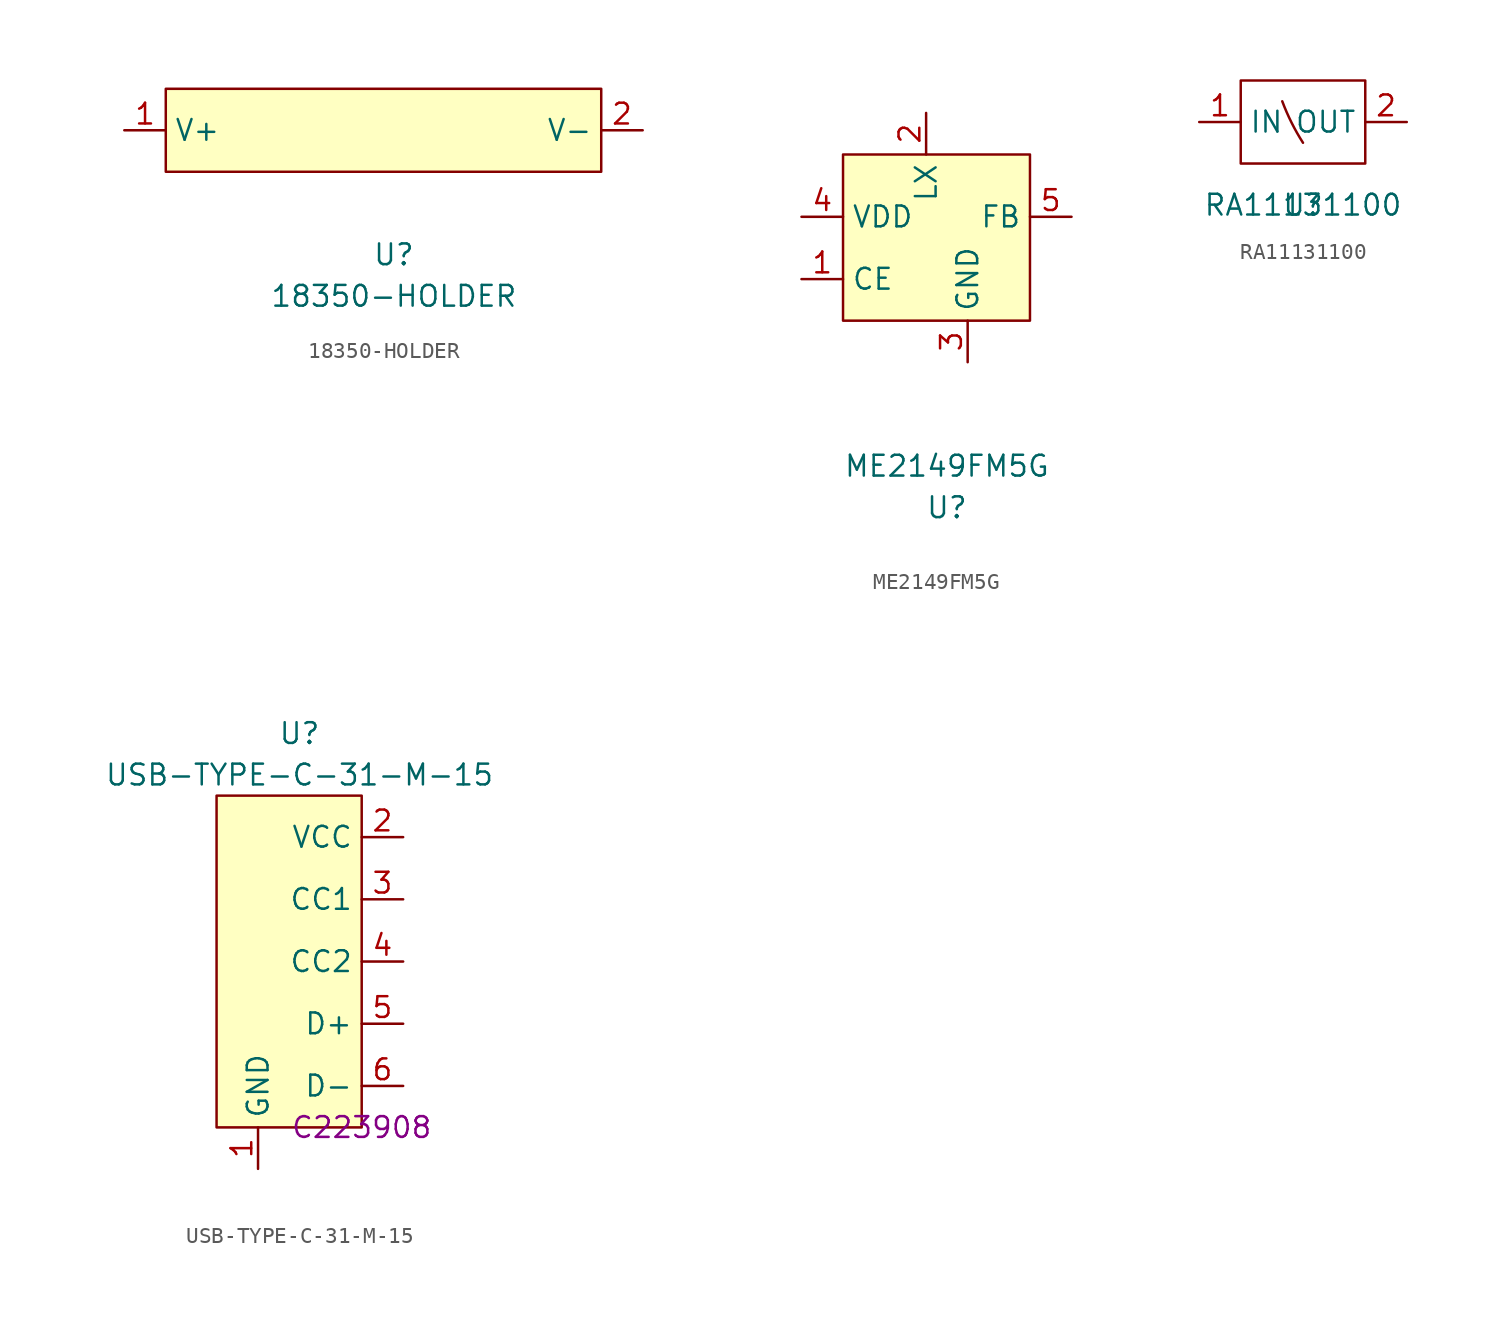
<source format=kicad_sym>
(kicad_symbol_lib
  (version 20211014)
  (generator kicad_symbol_editor)
  (symbol "18350-HOLDER"
    (property "Reference" "U"
      (at 0 -7.62 0)
      (effects (font (size 1.27 1.27))))
    (property "Value" "18350-HOLDER"
      (at 0 -10.16 0)
      (effects (font (size 1.27 1.27))))
    (symbol "18350-HOLDER_0_1"
      (rectangle (start -13.97 2.54) (end 12.7 -2.54) (stroke (width 0.152) (type default) (color 0 0 0 0)) (fill (type background))))
    (symbol "18350-HOLDER_1_1"
      (pin bidirectional line (at -16.51 0 0) (length 2.54) (name "V+" (effects (font (size 1.27 1.27)))) (number "1" (effects (font (size 1.27 1.27)))))
      (pin bidirectional line (at 15.24 0 180) (length 2.54) (name "V-" (effects (font (size 1.27 1.27)))) (number "2" (effects (font (size 1.27 1.27)))))))
  (symbol "ME2149FM5G"
    (property "Reference" "U"
      (at -1.27 -17.78 0)
      (effects (font (size 1.27 1.27))))
    (property "Value" "ME2149FM5G"
      (at -1.27 -15.24 0)
      (effects (font (size 1.27 1.27))))
    (symbol "ME2149FM5G_0_1"
      (rectangle (start -7.62 3.81) (end 3.81 -6.35) (stroke (width 0.152) (type default) (color 0 0 0 0)) (fill (type background))))
    (symbol "ME2149FM5G_1_1"
      (pin bidirectional line (at -10.16 -3.81 0) (length 2.54) (name "CE" (effects (font (size 1.27 1.27)))) (number "1" (effects (font (size 1.27 1.27)))))
      (pin bidirectional line (at -2.54 6.35 270) (length 2.54) (name "LX" (effects (font (size 1.27 1.27)))) (number "2" (effects (font (size 1.27 1.27)))))
      (pin input line (at 0 -8.89 90) (length 2.54) (name "GND" (effects (font (size 1.27 1.27)))) (number "3" (effects (font (size 1.27 1.27)))))
      (pin input line (at -10.16 0 0) (length 2.54) (name "VDD" (effects (font (size 1.27 1.27)))) (number "4" (effects (font (size 1.27 1.27)))))
      (pin bidirectional line (at 6.35 0 180) (length 2.54) (name "FB" (effects (font (size 1.27 1.27)))) (number "5" (effects (font (size 1.27 1.27)))))))
  (symbol "RA11131100"
    (property "Reference" "U"
      (at 0 0 0)
      (effects (font (size 1.27 1.27))))
    (property "Value" "RA11131100"
      (at 0 0 0)
      (effects (font (size 1.27 1.27))))
    (symbol "RA11131100_0_1"
      (rectangle (start -3.81 7.62) (end 3.81 2.54) (stroke (width 0.152) (type default) (color 0 0 0 0)) (fill (type none)))
      (arc (start -1.27 6.35) (mid -0.7022 5.0464) (end 0 3.81) (stroke (width 0.1524) (type default) (color 0 0 0 0)) (fill (type none))))
    (symbol "RA11131100_1_1"
      (pin power_in line (at -6.35 5.08 0) (length 2.54) (name "IN" (effects (font (size 1.27 1.27)))) (number "1" (effects (font (size 1.27 1.27)))))
      (pin power_out line (at 6.35 5.08 180) (length 2.54) (name "OUT" (effects (font (size 1.27 1.27)))) (number "2" (effects (font (size 1.27 1.27)))))))
  (symbol "USB-TYPE-C-31-M-15"
    (property "Reference" "U"
      (at -3.81 24.13 0)
      (effects (font (size 1.27 1.27))))
    (property "Value" "USB-TYPE-C-31-M-15"
      (at -3.81 21.59 0)
      (effects (font (size 1.27 1.27))))
    (property "JLCPCB" "C223908"
      (at 0 0 0)
      (effects (font (size 1.27 1.27))))
    (symbol "USB-TYPE-C-31-M-15_0_1"
      (rectangle (start -8.89 20.32) (end 0 0) (stroke (width 0.152) (type default) (color 0 0 0 0)) (fill (type background))))
    (symbol "USB-TYPE-C-31-M-15_1_1"
      (pin power_in line (at -6.35 -2.54 90) (length 2.54) (name "GND" (effects (font (size 1.27 1.27)))) (number "1" (effects (font (size 1.27 1.27)))))
      (pin power_in line (at 2.54 17.78 180) (length 2.54) (name "VCC" (effects (font (size 1.27 1.27)))) (number "2" (effects (font (size 1.27 1.27)))))
      (pin bidirectional line (at 2.54 13.97 180) (length 2.54) (name "CC1" (effects (font (size 1.27 1.27)))) (number "3" (effects (font (size 1.27 1.27)))))
      (pin bidirectional line (at 2.54 10.16 180) (length 2.54) (name "CC2" (effects (font (size 1.27 1.27)))) (number "4" (effects (font (size 1.27 1.27)))))
      (pin bidirectional line (at 2.54 6.35 180) (length 2.54) (name "D+" (effects (font (size 1.27 1.27)))) (number "5" (effects (font (size 1.27 1.27)))))
      (pin bidirectional line (at 2.54 2.54 180) (length 2.54) (name "D-" (effects (font (size 1.27 1.27)))) (number "6" (effects (font (size 1.27 1.27))))))))
</source>
